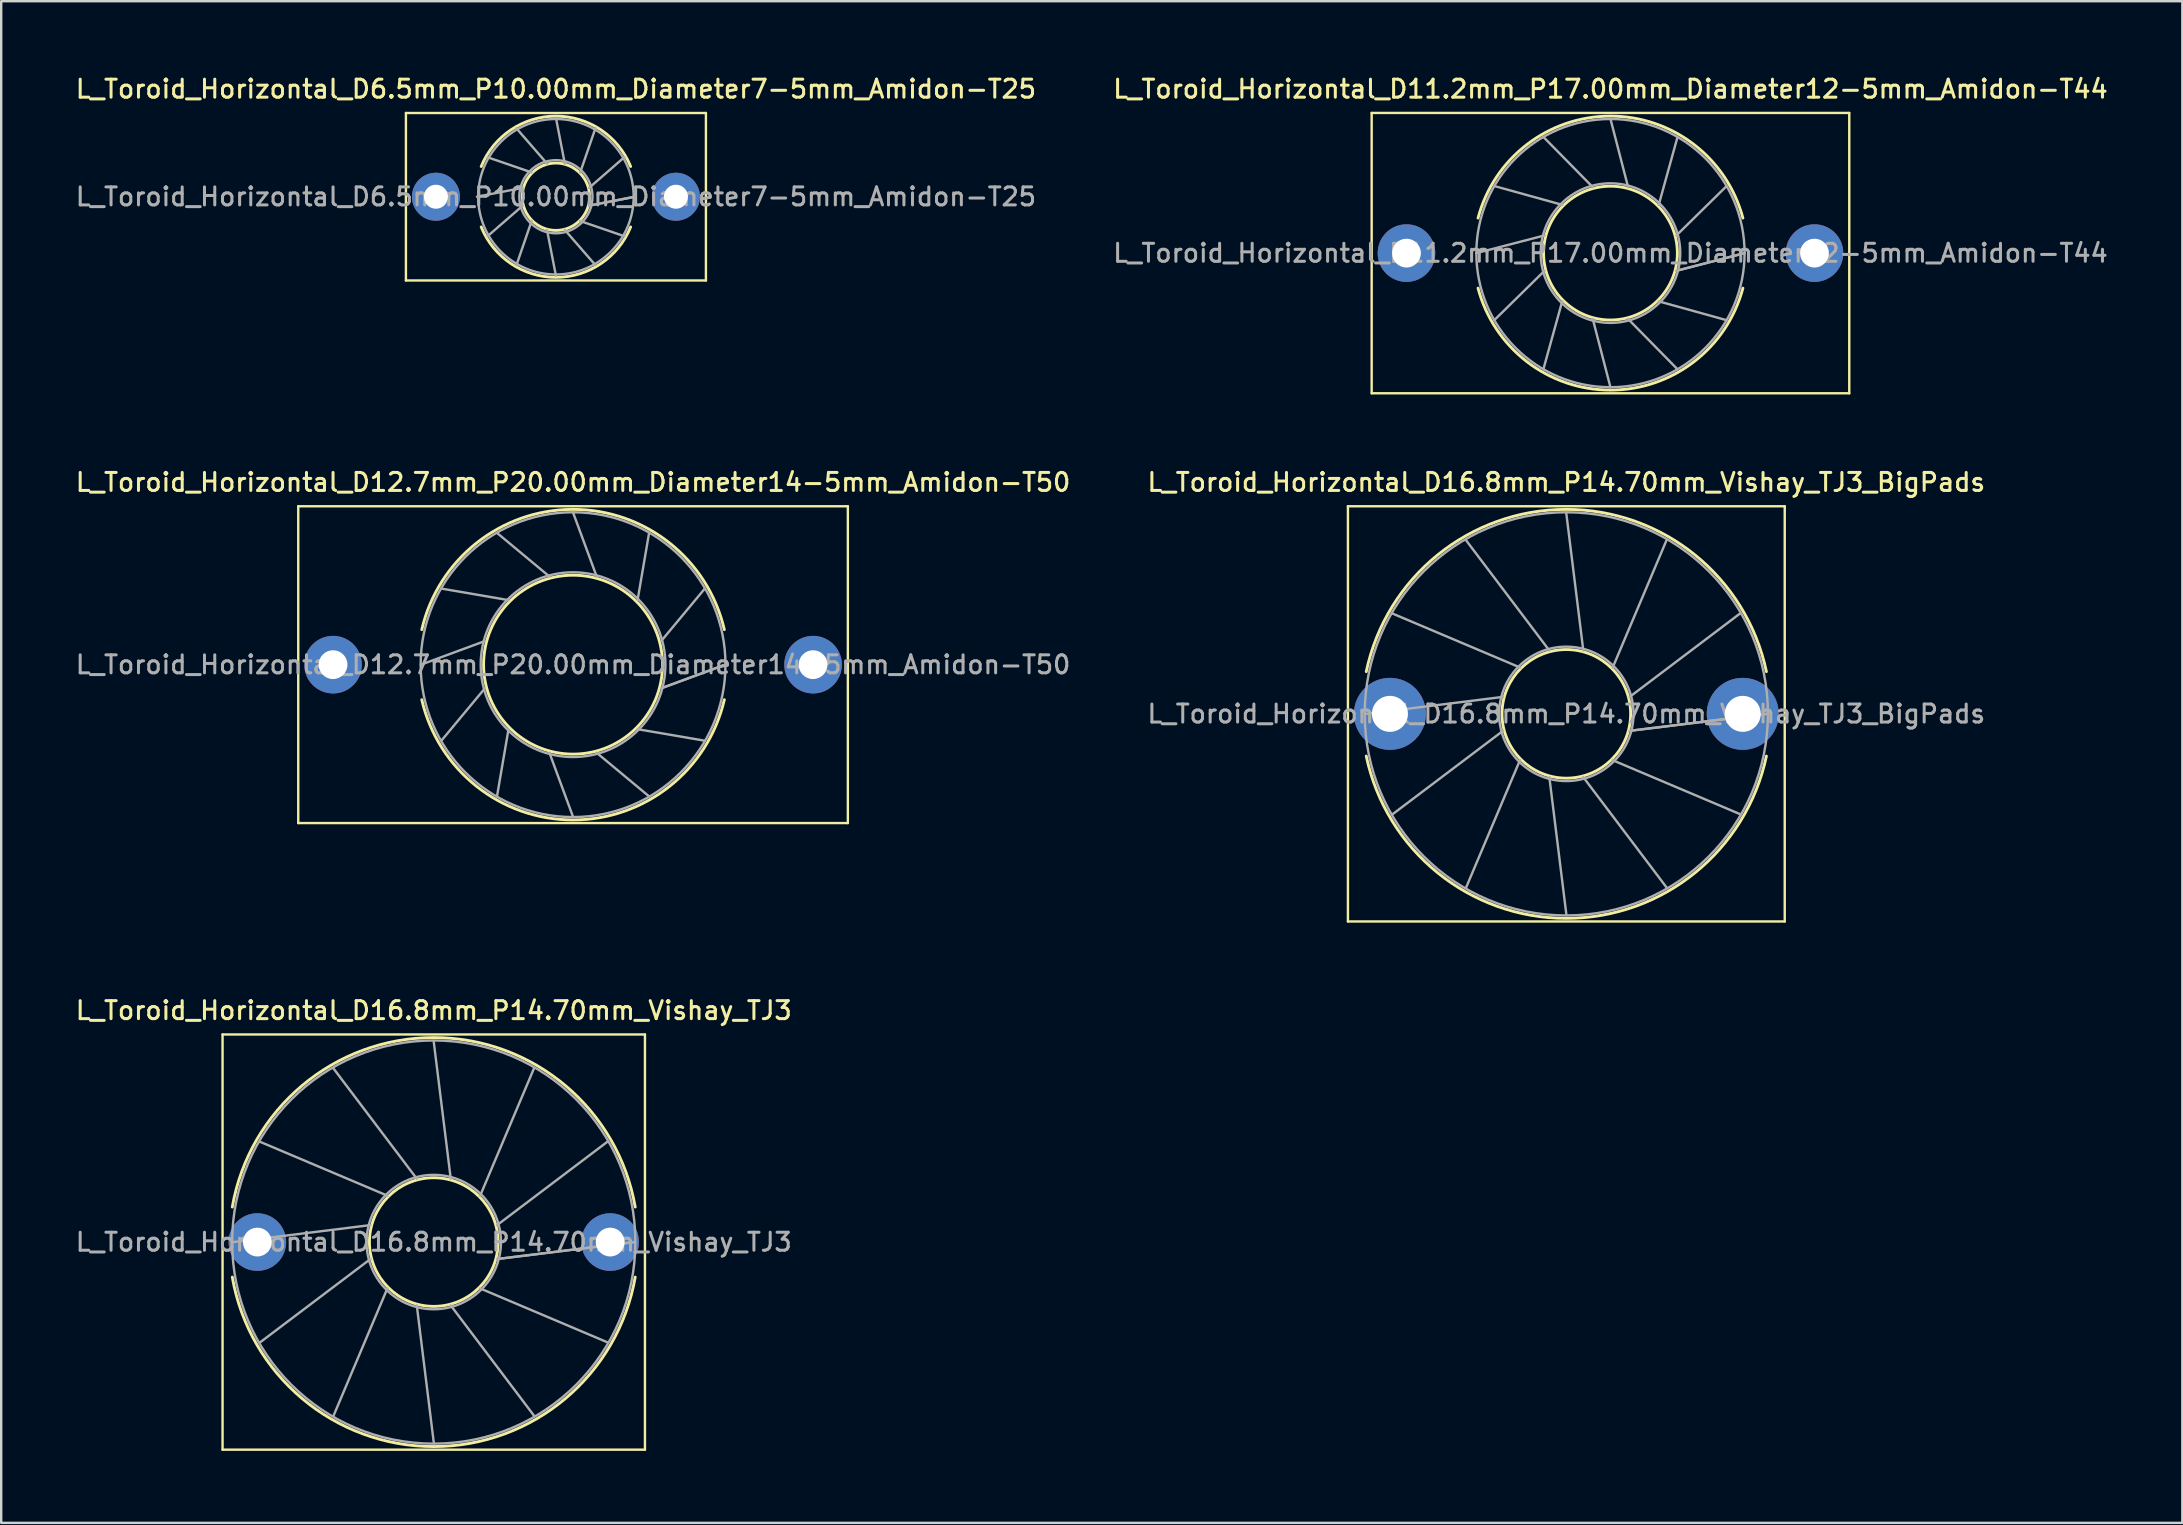
<source format=kicad_pcb>
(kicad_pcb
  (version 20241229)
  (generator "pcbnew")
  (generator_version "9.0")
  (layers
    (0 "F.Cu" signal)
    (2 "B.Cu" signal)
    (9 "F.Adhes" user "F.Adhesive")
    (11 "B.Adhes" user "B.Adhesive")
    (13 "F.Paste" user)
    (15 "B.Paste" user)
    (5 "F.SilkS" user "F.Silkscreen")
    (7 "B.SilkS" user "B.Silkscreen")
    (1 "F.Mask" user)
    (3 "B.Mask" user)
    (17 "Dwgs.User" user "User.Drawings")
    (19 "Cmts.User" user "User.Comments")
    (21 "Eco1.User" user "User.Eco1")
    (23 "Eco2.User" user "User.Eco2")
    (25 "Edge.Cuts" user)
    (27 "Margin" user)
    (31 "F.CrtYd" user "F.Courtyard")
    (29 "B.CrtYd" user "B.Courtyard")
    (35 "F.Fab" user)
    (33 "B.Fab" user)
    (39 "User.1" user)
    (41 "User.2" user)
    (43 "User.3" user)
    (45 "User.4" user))
  (footprint "L_Toroid_Horizontal_D11.2mm_P17.00mm_Diameter12-5mm_Amidon-T44"
    (layer "F.Cu")
    (at 55.552 7.496)
    (property "Reference" "L_Toroid_Horizontal_D11.2mm_P17.00mm_Diameter12-5mm_Amidon-T44" (at 8.5 -6.838 0) (layer "F.SilkS") (effects (font (size 0.75 0.75) (thickness 0.125))))
    (attr through_hole)
    (fp_line (start -1.45 -5.84) (end -1.45 5.84) (stroke (width 0.1) (type solid)) (layer "F.SilkS"))
    (fp_line (start -1.45 5.84) (end 18.45 5.84) (stroke (width 0.1) (type solid)) (layer "F.SilkS"))
    (fp_line (start 18.45 -5.84) (end -1.45 -5.84) (stroke (width 0.1) (type solid)) (layer "F.SilkS"))
    (fp_line (start 18.45 5.84) (end 18.45 -5.84) (stroke (width 0.1) (type solid)) (layer "F.SilkS"))
    (fp_arc (start 2.981879 -1.46) (mid 8.5 -5.708) (end 14.018121 -1.46) (stroke (width 0.12) (type solid)) (layer "F.SilkS"))
    (fp_arc (start 14.018121 1.46) (mid 8.5 5.708) (end 2.981879 1.46) (stroke (width 0.12) (type solid)) (layer "F.SilkS"))
    (fp_circle (center 8.5 0) (end 11.288 0) (stroke (width 0.12) (type solid)) (fill no) (layer "F.SilkS"))
    (fp_line (start 2.906 0.001) (end 5.753 -0.736) (stroke (width 0.1) (type solid)) (layer "F.Fab"))
    (fp_line (start 3.655 -2.796) (end 6.489 -2.011) (stroke (width 0.1) (type solid)) (layer "F.Fab"))
    (fp_line (start 3.656 2.797) (end 5.753 0.736) (stroke (width 0.1) (type solid)) (layer "F.Fab"))
    (fp_line (start 5.702 -4.844) (end 7.764 -2.747) (stroke (width 0.1) (type solid)) (layer "F.Fab"))
    (fp_line (start 5.703 4.845) (end 6.489 2.011) (stroke (width 0.1) (type solid)) (layer "F.Fab"))
    (fp_line (start 8.499 -5.594) (end 9.236 -2.747) (stroke (width 0.1) (type solid)) (layer "F.Fab"))
    (fp_line (start 8.5 5.594) (end 7.764 2.747) (stroke (width 0.1) (type solid)) (layer "F.Fab"))
    (fp_line (start 11.296 -4.845) (end 10.511 -2.011) (stroke (width 0.1) (type solid)) (layer "F.Fab"))
    (fp_line (start 11.297 4.844) (end 9.236 2.747) (stroke (width 0.1) (type solid)) (layer "F.Fab"))
    (fp_line (start 13.344 -2.798) (end 11.247 -0.737) (stroke (width 0.1) (type solid)) (layer "F.Fab"))
    (fp_line (start 13.344 2.797) (end 10.511 2.011) (stroke (width 0.1) (type solid)) (layer "F.Fab"))
    (fp_line (start 14.094 -0.001) (end 11.247 0.736) (stroke (width 0.1) (type solid)) (layer "F.Fab"))
    (fp_line (start 14.094 0) (end 11.247 0.736) (stroke (width 0.1) (type solid)) (layer "F.Fab"))
    (fp_circle (center 8.5 0) (end 11.408 0) (stroke (width 0.1) (type solid)) (fill no) (layer "F.Fab"))
    (fp_circle (center 8.5 0) (end 14.088 0) (stroke (width 0.1) (type solid)) (fill no) (layer "F.Fab"))
    (fp_text user "${REFERENCE}" (at 8.5 0 0) (layer "F.Fab") (effects (font (size 0.75 0.75) (thickness 0.125))))
    (pad "1" thru_hole circle (at 0 0) (size 2.4 2.4) (drill 1.2) (layers "*.Cu" "*.Mask"))
    (pad "2" thru_hole circle (at 17 0) (size 2.4 2.4) (drill 1.2) (layers "*.Cu" "*.Mask")))
  (footprint "L_Toroid_Horizontal_D16.8mm_P14.70mm_Vishay_TJ3"
    (layer "F.Cu")
    (at 7.673 48.702)
    (property "Reference" "L_Toroid_Horizontal_D16.8mm_P14.70mm_Vishay_TJ3" (at 7.35 -9.65 0) (layer "F.SilkS") (effects (font (size 0.75 0.75) (thickness 0.125))))
    (attr through_hole)
    (fp_line (start -1.45 -8.65) (end -1.45 8.65) (stroke (width 0.1) (type solid)) (layer "F.SilkS"))
    (fp_line (start -1.45 8.65) (end 16.15 8.65) (stroke (width 0.1) (type solid)) (layer "F.SilkS"))
    (fp_line (start 16.15 -8.65) (end -1.45 -8.65) (stroke (width 0.1) (type solid)) (layer "F.SilkS"))
    (fp_line (start 16.15 8.65) (end 16.15 -8.65) (stroke (width 0.1) (type solid)) (layer "F.SilkS"))
    (fp_arc (start -1.043974 -1.46) (mid 7.35 -8.52) (end 15.743974 -1.46) (stroke (width 0.12) (type solid)) (layer "F.SilkS"))
    (fp_arc (start 15.743974 1.46) (mid 7.35 8.52) (end -1.043974 1.46) (stroke (width 0.12) (type solid)) (layer "F.SilkS"))
    (fp_circle (center 7.35 0) (end 10.03 0) (stroke (width 0.12) (type solid)) (fill no) (layer "F.SilkS"))
    (fp_line (start -1 0.001) (end 4.709 -0.707) (stroke (width 0.1) (type solid)) (layer "F.Fab"))
    (fp_line (start 0.119 -4.174) (end 5.417 -1.933) (stroke (width 0.1) (type solid)) (layer "F.Fab"))
    (fp_line (start 0.119 4.175) (end 4.71 0.708) (stroke (width 0.1) (type solid)) (layer "F.Fab"))
    (fp_line (start 3.174 -7.23) (end 6.642 -2.64) (stroke (width 0.1) (type solid)) (layer "F.Fab"))
    (fp_line (start 3.176 7.231) (end 5.417 1.933) (stroke (width 0.1) (type solid)) (layer "F.Fab"))
    (fp_line (start 7.349 -8.35) (end 8.057 -2.641) (stroke (width 0.1) (type solid)) (layer "F.Fab"))
    (fp_line (start 7.35 8.35) (end 6.643 2.64) (stroke (width 0.1) (type solid)) (layer "F.Fab"))
    (fp_line (start 11.524 -7.232) (end 9.283 -1.933) (stroke (width 0.1) (type solid)) (layer "F.Fab"))
    (fp_line (start 11.525 7.231) (end 8.058 2.64) (stroke (width 0.1) (type solid)) (layer "F.Fab"))
    (fp_line (start 14.58 -4.176) (end 9.99 -0.708) (stroke (width 0.1) (type solid)) (layer "F.Fab"))
    (fp_line (start 14.581 4.175) (end 9.283 1.933) (stroke (width 0.1) (type solid)) (layer "F.Fab"))
    (fp_line (start 15.7 -0.002) (end 9.991 0.707) (stroke (width 0.1) (type solid)) (layer "F.Fab"))
    (fp_line (start 15.7 0) (end 9.99 0.707) (stroke (width 0.1) (type solid)) (layer "F.Fab"))
    (fp_circle (center 7.35 0) (end 10.15 0) (stroke (width 0.1) (type solid)) (fill no) (layer "F.Fab"))
    (fp_circle (center 7.35 0) (end 15.75 0) (stroke (width 0.1) (type solid)) (fill no) (layer "F.Fab"))
    (fp_text user "${REFERENCE}" (at 7.35 0 0) (layer "F.Fab") (effects (font (size 0.75 0.75) (thickness 0.125))))
    (pad "1" thru_hole circle (at 0 0) (size 2.4 2.4) (drill 1.2) (layers "*.Cu" "*.Mask"))
    (pad "2" thru_hole circle (at 14.7 0) (size 2.4 2.4) (drill 1.2) (layers "*.Cu" "*.Mask")))
  (footprint "L_Toroid_Horizontal_D12.7mm_P20.00mm_Diameter14-5mm_Amidon-T50"
    (layer "F.Cu")
    (at 10.827 24.644)
    (property "Reference" "L_Toroid_Horizontal_D12.7mm_P20.00mm_Diameter14-5mm_Amidon-T50" (at 10 -7.6 0) (layer "F.SilkS") (effects (font (size 0.75 0.75) (thickness 0.125))))
    (attr through_hole)
    (fp_line (start -1.45 -6.6) (end -1.45 6.6) (stroke (width 0.1) (type solid)) (layer "F.SilkS"))
    (fp_line (start -1.45 6.6) (end 21.45 6.6) (stroke (width 0.1) (type solid)) (layer "F.SilkS"))
    (fp_line (start 21.45 -6.6) (end -1.45 -6.6) (stroke (width 0.1) (type solid)) (layer "F.SilkS"))
    (fp_line (start 21.45 6.6) (end 21.45 -6.6) (stroke (width 0.1) (type solid)) (layer "F.SilkS"))
    (fp_arc (start 3.696882 -1.46) (mid 10 -6.47) (end 16.303118 -1.46) (stroke (width 0.12) (type solid)) (layer "F.SilkS"))
    (fp_arc (start 16.303118 1.46) (mid 10 6.47) (end 3.696882 1.46) (stroke (width 0.12) (type solid)) (layer "F.SilkS"))
    (fp_circle (center 10 0) (end 13.728 0) (stroke (width 0.12) (type solid)) (fill no) (layer "F.SilkS"))
    (fp_line (start 3.659 0.001) (end 6.327 -0.984) (stroke (width 0.1) (type solid)) (layer "F.Fab"))
    (fp_line (start 4.509 -3.17) (end 7.311 -2.689) (stroke (width 0.1) (type solid)) (layer "F.Fab"))
    (fp_line (start 4.509 3.171) (end 6.327 0.985) (stroke (width 0.1) (type solid)) (layer "F.Fab"))
    (fp_line (start 6.829 -5.491) (end 9.015 -3.673) (stroke (width 0.1) (type solid)) (layer "F.Fab"))
    (fp_line (start 6.83 5.491) (end 7.311 2.689) (stroke (width 0.1) (type solid)) (layer "F.Fab"))
    (fp_line (start 9.999 -6.341) (end 10.984 -3.673) (stroke (width 0.1) (type solid)) (layer "F.Fab"))
    (fp_line (start 10 6.341) (end 9.016 3.673) (stroke (width 0.1) (type solid)) (layer "F.Fab"))
    (fp_line (start 13.169 -5.492) (end 12.688 -2.689) (stroke (width 0.1) (type solid)) (layer "F.Fab"))
    (fp_line (start 13.17 5.491) (end 10.984 3.673) (stroke (width 0.1) (type solid)) (layer "F.Fab"))
    (fp_line (start 15.491 -3.171) (end 13.673 -0.985) (stroke (width 0.1) (type solid)) (layer "F.Fab"))
    (fp_line (start 15.491 3.17) (end 12.689 2.689) (stroke (width 0.1) (type solid)) (layer "F.Fab"))
    (fp_line (start 16.341 -0.001) (end 13.673 0.983) (stroke (width 0.1) (type solid)) (layer "F.Fab"))
    (fp_line (start 16.341 0) (end 13.673 0.984) (stroke (width 0.1) (type solid)) (layer "F.Fab"))
    (fp_circle (center 10 0) (end 13.848 0) (stroke (width 0.1) (type solid)) (fill no) (layer "F.Fab"))
    (fp_circle (center 10 0) (end 16.35 0) (stroke (width 0.1) (type solid)) (fill no) (layer "F.Fab"))
    (fp_text user "${REFERENCE}" (at 10 0 0) (layer "F.Fab") (effects (font (size 0.75 0.75) (thickness 0.125))))
    (pad "1" thru_hole circle (at 0 0) (size 2.4 2.4) (drill 1.2) (layers "*.Cu" "*.Mask"))
    (pad "2" thru_hole circle (at 20 0) (size 2.4 2.4) (drill 1.2) (layers "*.Cu" "*.Mask")))
  (footprint "L_Toroid_Horizontal_D6.5mm_P10.00mm_Diameter7-5mm_Amidon-T25"
    (layer "F.Cu")
    (at 15.113 5.147)
    (property "Reference" "L_Toroid_Horizontal_D6.5mm_P10.00mm_Diameter7-5mm_Amidon-T25" (at 5 -4.489 0) (layer "F.SilkS") (effects (font (size 0.75 0.75) (thickness 0.125))))
    (attr through_hole)
    (fp_line (start -1.25 -3.49) (end -1.25 3.49) (stroke (width 0.1) (type solid)) (layer "F.SilkS"))
    (fp_line (start -1.25 3.49) (end 11.25 3.49) (stroke (width 0.1) (type solid)) (layer "F.SilkS"))
    (fp_line (start 11.25 -3.49) (end -1.25 -3.49) (stroke (width 0.1) (type solid)) (layer "F.SilkS"))
    (fp_line (start 11.25 3.49) (end 11.25 -3.49) (stroke (width 0.1) (type solid)) (layer "F.SilkS"))
    (fp_arc (start 1.886815 -1.26) (mid 5 -3.3585) (end 8.113185 -1.26) (stroke (width 0.12) (type solid)) (layer "F.SilkS"))
    (fp_arc (start 8.113185 1.26) (mid 5 3.3585) (end 1.886815 1.26) (stroke (width 0.12) (type solid)) (layer "F.SilkS"))
    (fp_circle (center 5 0) (end 6.404 0) (stroke (width 0.12) (type solid)) (fill no) (layer "F.SilkS"))
    (fp_line (start 1.709 0.000305) (end 3.617 -0.371) (stroke (width 0.1) (type solid)) (layer "F.Fab"))
    (fp_line (start 2.149 -1.645) (end 3.987 -1.013) (stroke (width 0.1) (type solid)) (layer "F.Fab"))
    (fp_line (start 2.15 1.646) (end 3.617 0.371) (stroke (width 0.1) (type solid)) (layer "F.Fab"))
    (fp_line (start 3.354 -2.85) (end 4.629 -1.383) (stroke (width 0.1) (type solid)) (layer "F.Fab"))
    (fp_line (start 3.355 2.85) (end 3.987 1.013) (stroke (width 0.1) (type solid)) (layer "F.Fab"))
    (fp_line (start 5 -3.291) (end 5.37 -1.383) (stroke (width 0.1) (type solid)) (layer "F.Fab"))
    (fp_line (start 5 3.291) (end 4.629 1.383) (stroke (width 0.1) (type solid)) (layer "F.Fab"))
    (fp_line (start 6.645 -2.851) (end 6.012 -1.013) (stroke (width 0.1) (type solid)) (layer "F.Fab"))
    (fp_line (start 6.646 2.85) (end 5.371 1.383) (stroke (width 0.1) (type solid)) (layer "F.Fab"))
    (fp_line (start 7.85 -1.646) (end 6.383 -0.371) (stroke (width 0.1) (type solid)) (layer "F.Fab"))
    (fp_line (start 7.85 1.646) (end 6.013 1.013) (stroke (width 0.1) (type solid)) (layer "F.Fab"))
    (fp_line (start 8.291 -0.001) (end 6.383 0.37) (stroke (width 0.1) (type solid)) (layer "F.Fab"))
    (fp_line (start 8.291 0) (end 6.383 0.371) (stroke (width 0.1) (type solid)) (layer "F.Fab"))
    (fp_circle (center 5 0) (end 6.524 0) (stroke (width 0.1) (type solid)) (fill no) (layer "F.Fab"))
    (fp_circle (center 5 0) (end 8.239 0) (stroke (width 0.1) (type solid)) (fill no) (layer "F.Fab"))
    (fp_text user "${REFERENCE}" (at 5 0 0) (layer "F.Fab") (effects (font (size 0.75 0.75) (thickness 0.125))))
    (pad "1" thru_hole circle (at 0 0) (size 2 2) (drill 1) (layers "*.Cu" "*.Mask"))
    (pad "2" thru_hole circle (at 10 0) (size 2 2) (drill 1) (layers "*.Cu" "*.Mask")))
  (footprint "L_Toroid_Horizontal_D16.8mm_P14.70mm_Vishay_TJ3_BigPads"
    (layer "F.Cu")
    (at 54.863 26.694)
    (property "Reference" "L_Toroid_Horizontal_D16.8mm_P14.70mm_Vishay_TJ3_BigPads" (at 7.35 -9.65 0) (layer "F.SilkS") (effects (font (size 0.75 0.75) (thickness 0.125))))
    (attr through_hole)
    (fp_line (start -1.75 -8.65) (end -1.75 8.65) (stroke (width 0.1) (type solid)) (layer "F.SilkS"))
    (fp_line (start -1.75 8.65) (end 16.45 8.65) (stroke (width 0.1) (type solid)) (layer "F.SilkS"))
    (fp_line (start 16.45 -8.65) (end -1.75 -8.65) (stroke (width 0.1) (type solid)) (layer "F.SilkS"))
    (fp_line (start 16.45 8.65) (end 16.45 -8.65) (stroke (width 0.1) (type solid)) (layer "F.SilkS"))
    (fp_arc (start -0.986234 -1.76) (mid 7.35 -8.52) (end 15.686234 -1.76) (stroke (width 0.12) (type solid)) (layer "F.SilkS"))
    (fp_arc (start 15.686234 1.76) (mid 7.35 8.52) (end -0.986234 1.76) (stroke (width 0.12) (type solid)) (layer "F.SilkS"))
    (fp_circle (center 7.35 0) (end 10.03 0) (stroke (width 0.12) (type solid)) (fill no) (layer "F.SilkS"))
    (fp_line (start -1 0.001) (end 4.709 -0.707) (stroke (width 0.1) (type solid)) (layer "F.Fab"))
    (fp_line (start 0.119 -4.174) (end 5.417 -1.933) (stroke (width 0.1) (type solid)) (layer "F.Fab"))
    (fp_line (start 0.119 4.175) (end 4.71 0.708) (stroke (width 0.1) (type solid)) (layer "F.Fab"))
    (fp_line (start 3.174 -7.23) (end 6.642 -2.64) (stroke (width 0.1) (type solid)) (layer "F.Fab"))
    (fp_line (start 3.176 7.231) (end 5.417 1.933) (stroke (width 0.1) (type solid)) (layer "F.Fab"))
    (fp_line (start 7.349 -8.35) (end 8.057 -2.641) (stroke (width 0.1) (type solid)) (layer "F.Fab"))
    (fp_line (start 7.35 8.35) (end 6.643 2.64) (stroke (width 0.1) (type solid)) (layer "F.Fab"))
    (fp_line (start 11.524 -7.232) (end 9.283 -1.933) (stroke (width 0.1) (type solid)) (layer "F.Fab"))
    (fp_line (start 11.525 7.231) (end 8.058 2.64) (stroke (width 0.1) (type solid)) (layer "F.Fab"))
    (fp_line (start 14.58 -4.176) (end 9.99 -0.708) (stroke (width 0.1) (type solid)) (layer "F.Fab"))
    (fp_line (start 14.581 4.175) (end 9.283 1.933) (stroke (width 0.1) (type solid)) (layer "F.Fab"))
    (fp_line (start 15.7 -0.002) (end 9.991 0.707) (stroke (width 0.1) (type solid)) (layer "F.Fab"))
    (fp_line (start 15.7 0) (end 9.99 0.707) (stroke (width 0.1) (type solid)) (layer "F.Fab"))
    (fp_circle (center 7.35 0) (end 10.15 0) (stroke (width 0.1) (type solid)) (fill no) (layer "F.Fab"))
    (fp_circle (center 7.35 0) (end 15.75 0) (stroke (width 0.1) (type solid)) (fill no) (layer "F.Fab"))
    (fp_text user "${REFERENCE}" (at 7.35 0 0) (layer "F.Fab") (effects (font (size 0.75 0.75) (thickness 0.125))))
    (pad "1" thru_hole circle (at 0 0) (size 3 3) (drill 1.5) (layers "*.Cu" "*.Mask"))
    (pad "2" thru_hole circle (at 14.7 0) (size 3 3) (drill 1.5) (layers "*.Cu" "*.Mask")))
  (gr_rect
    (start -3 -3)
    (end 87.879 60.402)
    (stroke (width 0.1) (type default))
    (fill no)
    (layer "Edge.Cuts")))
</source>
